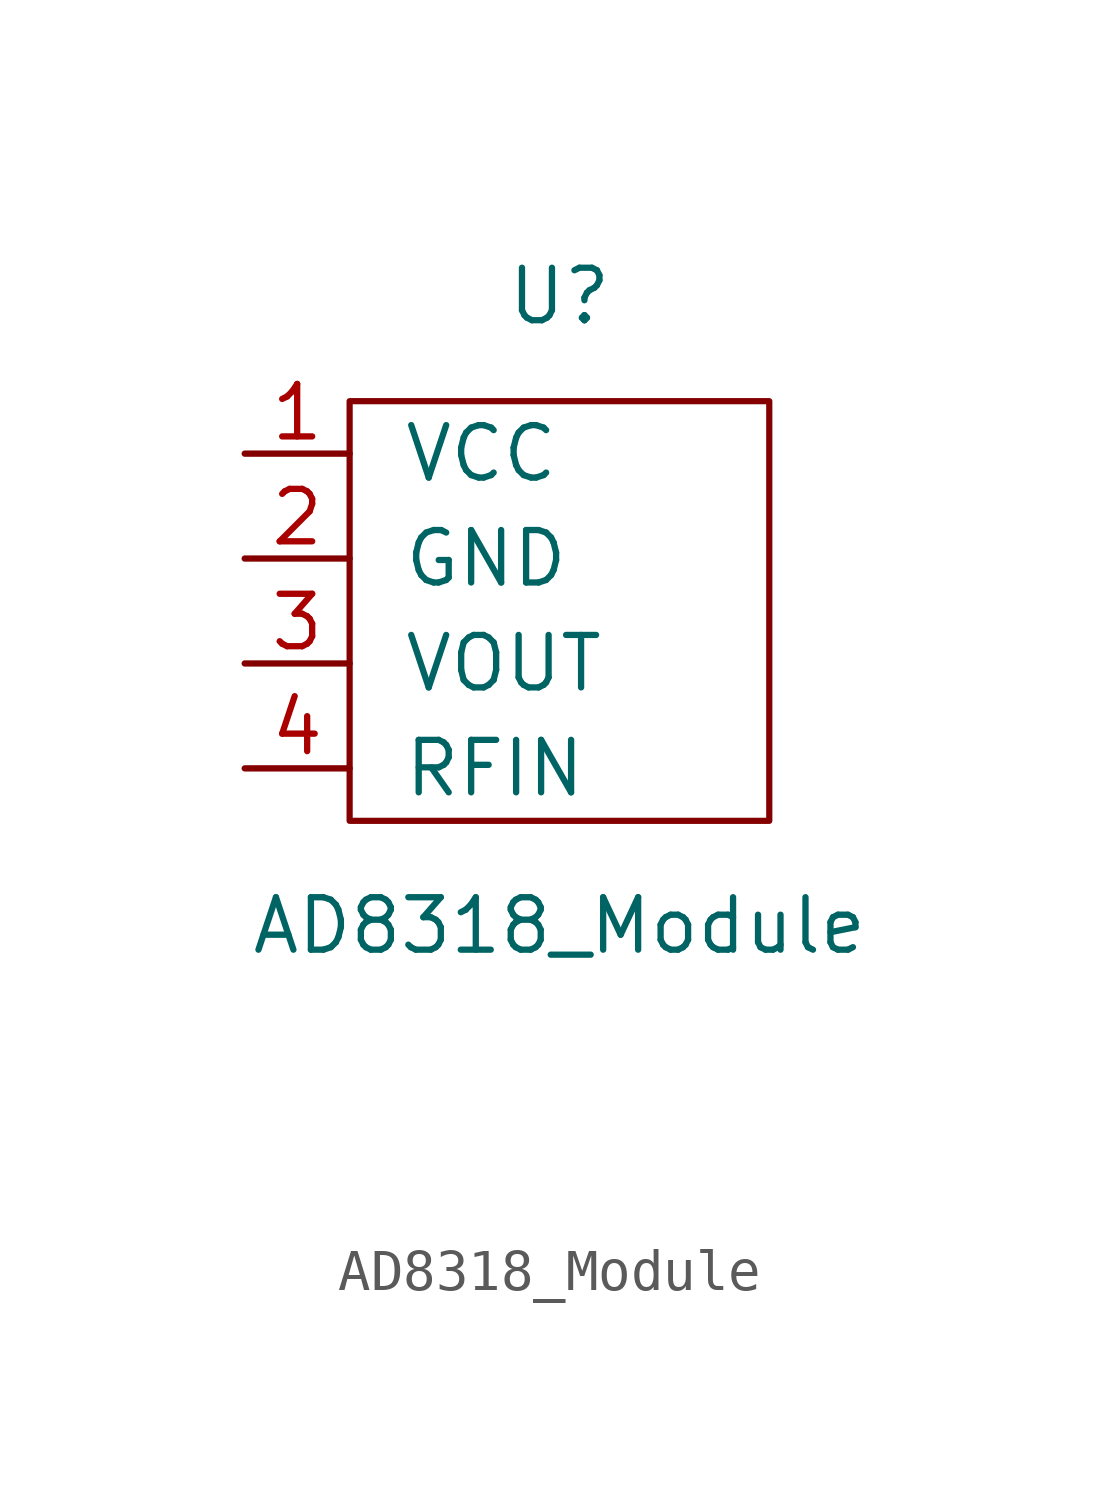
<source format=kicad_sym>
(kicad_symbol_lib
  (version 20211014)
  (generator "ChatGPT-APS")
  (symbol "AD8318_Module"
    (pin_names
      (offset 1.27))
    (property "Reference" "U"
      (at 0 7.62 0)
      (effects (font (size 1.27 1.27))))
    (property "Value" "AD8318_Module"
      (at 0 -7.62 0)
      (effects (font (size 1.27 1.27))))
    (property "Footprint" ""
      (at 0 -10.16 0)
      (effects (font (size 1.27 1.27))))
    (property "Datasheet" ""
      (at 0 -12.7 0)
      (effects (font (size 1.27 1.27))))
    (rectangle
      (start -5.08 5.08)
      (end 5.08 -5.08)
      (stroke (width 0.15))
      (fill (type none)))
    (pin passive line
      (at -7.62 3.81 0)
      (length 2.54)
      (name "VCC")
      (number "1"))
    (pin passive line
      (at -7.62 1.27 0)
      (length 2.54)
      (name "GND")
      (number "2"))
    (pin passive line
      (at -7.62 -1.27 0)
      (length 2.54)
      (name "VOUT")
      (number "3"))
    (pin passive line
      (at -7.62 -3.81 0)
      (length 2.54)
      (name "RFIN")
      (number "4"))))
</source>
